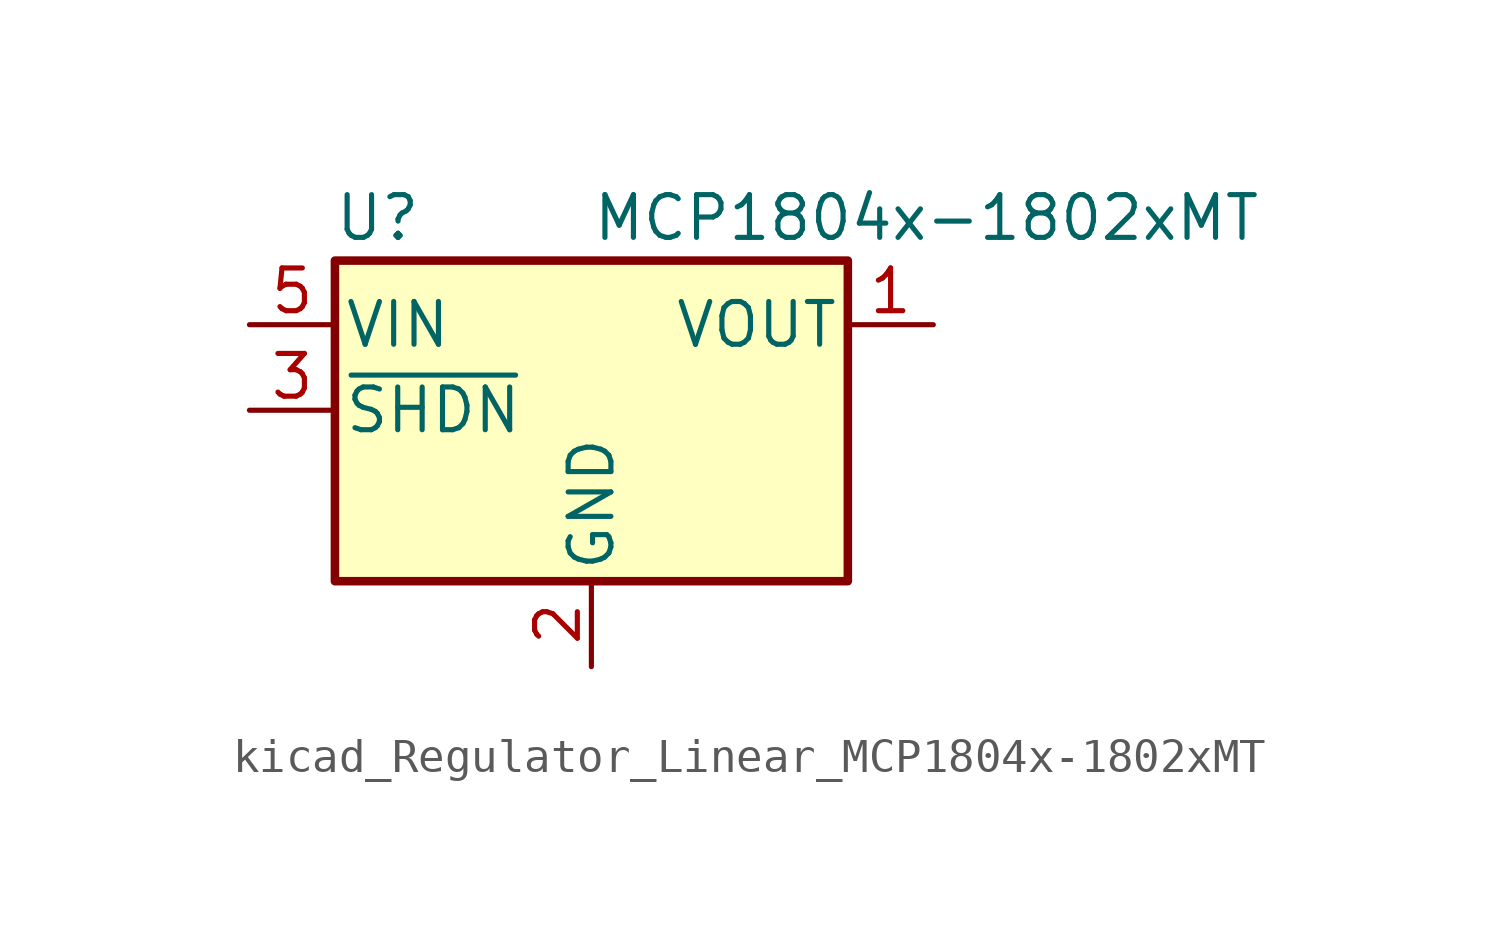
<source format=kicad_sym>
(kicad_symbol_lib
  (version 20220914)
  (generator kicad_symbol_editor)
  (symbol "kicad_Regulator_Linear_MCP1804x-1802xMT"
    (pin_names
      (offset 0.254))
    (property "Reference" "U"
      (at -6.35 5.715 0)
      (effects (font (size 1.27 1.27))))
    (property "Value" "MCP1804x-1802xMT"
      (at 0 5.715 0)
      (effects (font (size 1.27 1.27)) (justify left)))
    (symbol "kicad_Regulator_Linear_MCP1804x-1802xMT_0_1"
      (rectangle (start -7.62 -5.08) (end 7.62 4.445) (stroke (width 0.254) (type default)) (fill (type background))))
    (symbol "kicad_Regulator_Linear_MCP1804x-1802xMT_1_1"
      (pin power_out line (at 10.16 2.54 180) (length 2.54) (name "VOUT" (effects (font (size 1.27 1.27)))) (number "1" (effects (font (size 1.27 1.27)))))
      (pin power_in line (at 0 -7.62 90) (length 2.54) (name "GND" (effects (font (size 1.27 1.27)))) (number "2" (effects (font (size 1.27 1.27)))))
      (pin input line (at -10.16 0 0) (length 2.54) (name "~{SHDN}" (effects (font (size 1.27 1.27)))) (number "3" (effects (font (size 1.27 1.27)))))
      (pin no_connect line (at 7.62 0 180) (length 2.54) hide (name "NC" (effects (font (size 1.27 1.27)))) (number "4" (effects (font (size 1.27 1.27)))))
      (pin power_in line (at -10.16 2.54 0) (length 2.54) (name "VIN" (effects (font (size 1.27 1.27)))) (number "5" (effects (font (size 1.27 1.27))))))))
</source>
